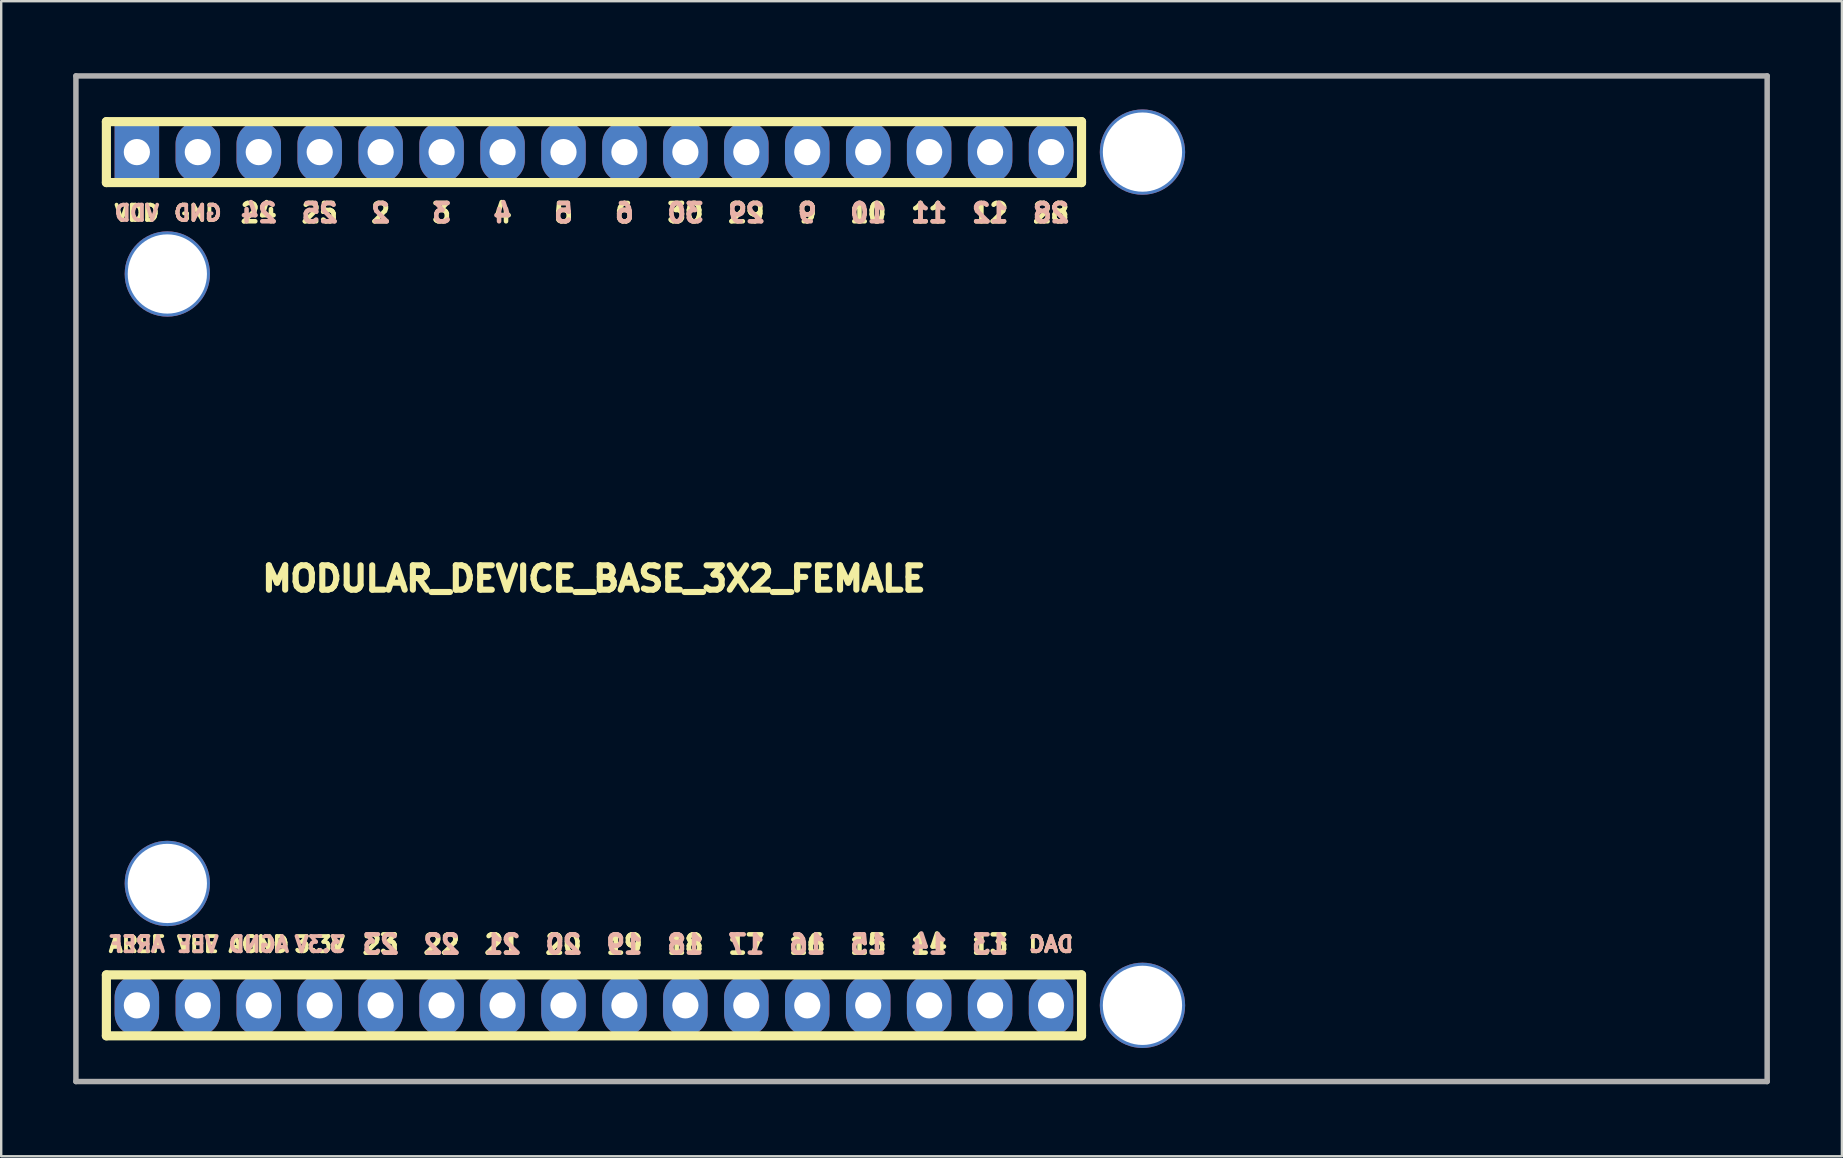
<source format=kicad_pcb>
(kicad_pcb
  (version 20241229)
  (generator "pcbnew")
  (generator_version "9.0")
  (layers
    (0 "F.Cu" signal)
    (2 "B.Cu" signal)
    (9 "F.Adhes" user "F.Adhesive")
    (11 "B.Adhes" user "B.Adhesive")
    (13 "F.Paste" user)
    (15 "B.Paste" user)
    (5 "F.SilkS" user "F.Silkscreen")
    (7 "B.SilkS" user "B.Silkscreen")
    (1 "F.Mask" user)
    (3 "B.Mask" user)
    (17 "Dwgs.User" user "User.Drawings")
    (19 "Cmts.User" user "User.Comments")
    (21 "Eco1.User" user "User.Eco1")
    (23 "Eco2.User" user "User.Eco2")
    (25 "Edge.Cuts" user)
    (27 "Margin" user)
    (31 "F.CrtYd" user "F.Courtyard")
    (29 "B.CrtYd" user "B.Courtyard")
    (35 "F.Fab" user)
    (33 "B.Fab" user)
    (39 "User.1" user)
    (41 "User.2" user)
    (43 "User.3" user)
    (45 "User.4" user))
  (footprint "MODULAR_DEVICE_BASE_3X2_FEMALE"
    (layer "F.Cu")
    (at 21.704 21.069)
    (property "Reference" "MODULAR_DEVICE_BASE_3X2_FEMALE" (at 0 0 0) (layer "F.SilkS") (effects (font (size 1.016 1.016) (thickness 0.254))))
    (attr through_hole)
    (fp_line (start -20.32 -19.05) (end -20.32 -16.51) (stroke (width 0.381) (type solid)) (layer "F.SilkS"))
    (fp_line (start -20.32 -16.51) (end 20.32 -16.51) (stroke (width 0.381) (type solid)) (layer "F.SilkS"))
    (fp_line (start -20.32 16.51) (end -20.32 19.05) (stroke (width 0.381) (type solid)) (layer "F.SilkS"))
    (fp_line (start -20.32 19.05) (end 20.32 19.05) (stroke (width 0.381) (type solid)) (layer "F.SilkS"))
    (fp_line (start 20.32 -19.05) (end -20.32 -19.05) (stroke (width 0.381) (type solid)) (layer "F.SilkS"))
    (fp_line (start 20.32 -16.51) (end 20.32 -19.05) (stroke (width 0.381) (type solid)) (layer "F.SilkS"))
    (fp_line (start 20.32 16.51) (end -20.32 16.51) (stroke (width 0.381) (type solid)) (layer "F.SilkS"))
    (fp_line (start 20.32 19.05) (end 20.32 16.51) (stroke (width 0.381) (type solid)) (layer "F.SilkS"))
    (fp_line (start -21.59 -20.955) (end -21.59 20.955) (stroke (width 0.229) (type solid)) (layer "F.Fab"))
    (fp_line (start -21.59 20.955) (end 48.895 20.955) (stroke (width 0.229) (type solid)) (layer "F.Fab"))
    (fp_line (start 48.895 -20.955) (end -21.59 -20.955) (stroke (width 0.229) (type solid)) (layer "F.Fab"))
    (fp_line (start 48.895 20.955) (end 48.895 -20.955) (stroke (width 0.229) (type solid)) (layer "F.Fab"))
    (fp_text user "2" (at -8.89 -15.24 0) (layer "F.SilkS") (effects (font (size 0.762 0.762) (thickness 0.191))))
    (fp_text user "20" (at -1.27 15.24 0) (layer "F.SilkS") (effects (font (size 0.762 0.762) (thickness 0.191))))
    (fp_text user "15" (at 11.43 15.24 0) (layer "F.SilkS") (effects (font (size 0.762 0.762) (thickness 0.191))))
    (fp_text user "11" (at 13.97 -15.24 0) (layer "F.SilkS") (effects (font (size 0.762 0.762) (thickness 0.191))))
    (fp_text user "17" (at 6.35 15.24 0) (layer "F.SilkS") (effects (font (size 0.762 0.762) (thickness 0.191))))
    (fp_text user "28" (at 19.05 -15.24 0) (layer "F.SilkS") (effects (font (size 0.762 0.762) (thickness 0.191))))
    (fp_text user "3.3V" (at -11.43 15.24 0) (layer "F.SilkS") (effects (font (size 0.635 0.635) (thickness 0.159))))
    (fp_text user "DAC" (at 19.05 15.24 0) (layer "F.SilkS") (effects (font (size 0.635 0.635) (thickness 0.159))))
    (fp_text user "4" (at -3.81 -15.24 0) (layer "F.SilkS") (effects (font (size 0.762 0.762) (thickness 0.191))))
    (fp_text user "VEE" (at -16.51 15.24 0) (layer "F.SilkS") (effects (font (size 0.635 0.635) (thickness 0.159))))
    (fp_text user "AGND" (at -13.97 15.24 0) (layer "F.SilkS") (effects (font (size 0.635 0.635) (thickness 0.159))))
    (fp_text user "3" (at -6.35 -15.24 0) (layer "F.SilkS") (effects (font (size 0.762 0.762) (thickness 0.191))))
    (fp_text user "AREF" (at -19.05 15.24 0) (layer "F.SilkS") (effects (font (size 0.635 0.635) (thickness 0.159))))
    (fp_text user "10" (at 11.43 -15.24 0) (layer "F.SilkS") (effects (font (size 0.762 0.762) (thickness 0.191))))
    (fp_text user "24" (at -13.97 -15.24 0) (layer "F.SilkS") (effects (font (size 0.762 0.762) (thickness 0.191))))
    (fp_text user "12" (at 16.51 -15.24 0) (layer "F.SilkS") (effects (font (size 0.762 0.762) (thickness 0.191))))
    (fp_text user "13" (at 16.51 15.24 0) (layer "F.SilkS") (effects (font (size 0.762 0.762) (thickness 0.191))))
    (fp_text user "18" (at 3.81 15.24 0) (layer "F.SilkS") (effects (font (size 0.762 0.762) (thickness 0.191))))
    (fp_text user "22" (at -6.35 15.24 0) (layer "F.SilkS") (effects (font (size 0.762 0.762) (thickness 0.191))))
    (fp_text user "14" (at 13.97 15.24 0) (layer "F.SilkS") (effects (font (size 0.762 0.762) (thickness 0.191))))
    (fp_text user "GND" (at -16.51 -15.24 0) (layer "F.SilkS") (effects (font (size 0.635 0.635) (thickness 0.159))))
    (fp_text user "5" (at -1.27 -15.24 0) (layer "F.SilkS") (effects (font (size 0.762 0.762) (thickness 0.191))))
    (fp_text user "16" (at 8.89 15.24 0) (layer "F.SilkS") (effects (font (size 0.762 0.762) (thickness 0.191))))
    (fp_text user "9" (at 8.89 -15.24 0) (layer "F.SilkS") (effects (font (size 0.762 0.762) (thickness 0.191))))
    (fp_text user "6" (at 1.27 -15.24 0) (layer "F.SilkS") (effects (font (size 0.762 0.762) (thickness 0.191))))
    (fp_text user "VDD" (at -19.05 -15.24 0) (layer "F.SilkS") (effects (font (size 0.635 0.635) (thickness 0.159))))
    (fp_text user "29" (at 6.35 -15.24 0) (layer "F.SilkS") (effects (font (size 0.762 0.762) (thickness 0.191))))
    (fp_text user "23" (at -8.89 15.24 0) (layer "F.SilkS") (effects (font (size 0.762 0.762) (thickness 0.191))))
    (fp_text user "25" (at -11.43 -15.24 0) (layer "F.SilkS") (effects (font (size 0.762 0.762) (thickness 0.191))))
    (fp_text user "19" (at 1.27 15.24 0) (layer "F.SilkS") (effects (font (size 0.762 0.762) (thickness 0.191))))
    (fp_text user "30" (at 3.81 -15.24 0) (layer "F.SilkS") (effects (font (size 0.762 0.762) (thickness 0.191))))
    (fp_text user "21" (at -3.81 15.24 0) (layer "F.SilkS") (effects (font (size 0.762 0.762) (thickness 0.191))))
    (fp_text user "VDD" (at -19.05 -15.24 0) (layer "B.SilkS") (effects (font (size 0.635 0.635) (thickness 0.159)) (justify mirror)))
    (fp_text user "17" (at 6.35 15.24 0) (layer "B.SilkS") (effects (font (size 0.762 0.762) (thickness 0.191)) (justify mirror)))
    (fp_text user "25" (at -11.43 -15.24 0) (layer "B.SilkS") (effects (font (size 0.762 0.762) (thickness 0.191)) (justify mirror)))
    (fp_text user "5" (at -1.27 -15.24 0) (layer "B.SilkS") (effects (font (size 0.762 0.762) (thickness 0.191)) (justify mirror)))
    (fp_text user "30" (at 3.81 -15.24 0) (layer "B.SilkS") (effects (font (size 0.762 0.762) (thickness 0.191)) (justify mirror)))
    (fp_text user "22" (at -6.35 15.24 0) (layer "B.SilkS") (effects (font (size 0.762 0.762) (thickness 0.191)) (justify mirror)))
    (fp_text user "2" (at -8.89 -15.24 0) (layer "B.SilkS") (effects (font (size 0.762 0.762) (thickness 0.191)) (justify mirror)))
    (fp_text user "15" (at 11.43 15.24 0) (layer "B.SilkS") (effects (font (size 0.762 0.762) (thickness 0.191)) (justify mirror)))
    (fp_text user "10" (at 11.43 -15.24 0) (layer "B.SilkS") (effects (font (size 0.762 0.762) (thickness 0.191)) (justify mirror)))
    (fp_text user "23" (at -8.89 15.24 0) (layer "B.SilkS") (effects (font (size 0.762 0.762) (thickness 0.191)) (justify mirror)))
    (fp_text user "20" (at -1.27 15.24 0) (layer "B.SilkS") (effects (font (size 0.762 0.762) (thickness 0.191)) (justify mirror)))
    (fp_text user "3" (at -6.35 -15.24 0) (layer "B.SilkS") (effects (font (size 0.762 0.762) (thickness 0.191)) (justify mirror)))
    (fp_text user "28" (at 19.05 -15.24 0) (layer "B.SilkS") (effects (font (size 0.762 0.762) (thickness 0.191)) (justify mirror)))
    (fp_text user "18" (at 3.81 15.24 0) (layer "B.SilkS") (effects (font (size 0.762 0.762) (thickness 0.191)) (justify mirror)))
    (fp_text user "19" (at 1.27 15.24 0) (layer "B.SilkS") (effects (font (size 0.762 0.762) (thickness 0.191)) (justify mirror)))
    (fp_text user "11" (at 13.97 -15.24 0) (layer "B.SilkS") (effects (font (size 0.762 0.762) (thickness 0.191)) (justify mirror)))
    (fp_text user "3.3V" (at -11.43 15.24 0) (layer "B.SilkS") (effects (font (size 0.635 0.635) (thickness 0.159)) (justify mirror)))
    (fp_text user "4" (at -3.81 -15.24 0) (layer "B.SilkS") (effects (font (size 0.762 0.762) (thickness 0.191)) (justify mirror)))
    (fp_text user "14" (at 13.97 15.24 0) (layer "B.SilkS") (effects (font (size 0.762 0.762) (thickness 0.191)) (justify mirror)))
    (fp_text user "21" (at -3.81 15.24 0) (layer "B.SilkS") (effects (font (size 0.762 0.762) (thickness 0.191)) (justify mirror)))
    (fp_text user "24" (at -13.97 -15.24 0) (layer "B.SilkS") (effects (font (size 0.762 0.762) (thickness 0.191)) (justify mirror)))
    (fp_text user "AREF" (at -19.05 15.24 0) (layer "B.SilkS") (effects (font (size 0.635 0.635) (thickness 0.159)) (justify mirror)))
    (fp_text user "DAC" (at 19.05 15.24 0) (layer "B.SilkS") (effects (font (size 0.635 0.635) (thickness 0.159)) (justify mirror)))
    (fp_text user "VEE" (at -16.51 15.24 0) (layer "B.SilkS") (effects (font (size 0.635 0.635) (thickness 0.159)) (justify mirror)))
    (fp_text user "13" (at 16.51 15.24 0) (layer "B.SilkS") (effects (font (size 0.762 0.762) (thickness 0.191)) (justify mirror)))
    (fp_text user "16" (at 8.89 15.24 0) (layer "B.SilkS") (effects (font (size 0.762 0.762) (thickness 0.191)) (justify mirror)))
    (fp_text user "12" (at 16.51 -15.24 0) (layer "B.SilkS") (effects (font (size 0.762 0.762) (thickness 0.191)) (justify mirror)))
    (fp_text user "GND" (at -16.51 -15.24 0) (layer "B.SilkS") (effects (font (size 0.635 0.635) (thickness 0.159)) (justify mirror)))
    (fp_text user "6" (at 1.27 -15.24 0) (layer "B.SilkS") (effects (font (size 0.762 0.762) (thickness 0.191)) (justify mirror)))
    (fp_text user "9" (at 8.89 -15.24 0) (layer "B.SilkS") (effects (font (size 0.762 0.762) (thickness 0.191)) (justify mirror)))
    (fp_text user "29" (at 6.35 -15.24 0) (layer "B.SilkS") (effects (font (size 0.762 0.762) (thickness 0.191)) (justify mirror)))
    (fp_text user "AGND" (at -13.97 15.24 0) (layer "B.SilkS") (effects (font (size 0.635 0.635) (thickness 0.159)) (justify mirror)))
    (pad "" thru_hole circle (at -17.78 -12.7) (size 3.556 3.556) (drill 3.302) (layers "*.Cu" "*.Mask"))
    (pad "" thru_hole circle (at -17.78 12.7) (size 3.556 3.556) (drill 3.302) (layers "*.Cu" "*.Mask"))
    (pad "" thru_hole circle (at 22.86 -17.78) (size 3.556 3.556) (drill 3.302) (layers "*.Cu" "*.Mask"))
    (pad "" thru_hole circle (at 22.86 17.78) (size 3.556 3.556) (drill 3.302) (layers "*.Cu" "*.Mask"))
    (pad "2" thru_hole oval (at -8.89 -17.78) (size 1.854 2.54) (drill 1.092) (layers "*.Cu" "*.Mask"))
    (pad "3" thru_hole oval (at -6.35 -17.78) (size 1.854 2.54) (drill 1.092) (layers "*.Cu" "*.Mask"))
    (pad "3V3" thru_hole oval (at -11.43 17.78) (size 1.854 2.54) (drill 1.092) (layers "*.Cu" "*.Mask"))
    (pad "4" thru_hole oval (at -3.81 -17.78) (size 1.854 2.54) (drill 1.092) (layers "*.Cu" "*.Mask"))
    (pad "5" thru_hole oval (at -1.27 -17.78) (size 1.854 2.54) (drill 1.092) (layers "*.Cu" "*.Mask"))
    (pad "6" thru_hole oval (at 1.27 -17.78) (size 1.854 2.54) (drill 1.092) (layers "*.Cu" "*.Mask"))
    (pad "9" thru_hole oval (at 8.89 -17.78) (size 1.854 2.54) (drill 1.092) (layers "*.Cu" "*.Mask"))
    (pad "10" thru_hole oval (at 11.43 -17.78) (size 1.854 2.54) (drill 1.092) (layers "*.Cu" "*.Mask"))
    (pad "11" thru_hole oval (at 13.97 -17.78) (size 1.854 2.54) (drill 1.092) (layers "*.Cu" "*.Mask"))
    (pad "12" thru_hole oval (at 16.51 -17.78) (size 1.854 2.54) (drill 1.092) (layers "*.Cu" "*.Mask"))
    (pad "13" thru_hole oval (at 16.51 17.78) (size 1.854 2.54) (drill 1.092) (layers "*.Cu" "*.Mask"))
    (pad "14" thru_hole oval (at 13.97 17.78) (size 1.854 2.54) (drill 1.092) (layers "*.Cu" "*.Mask"))
    (pad "15" thru_hole oval (at 11.43 17.78) (size 1.854 2.54) (drill 1.092) (layers "*.Cu" "*.Mask"))
    (pad "16" thru_hole oval (at 8.89 17.78) (size 1.854 2.54) (drill 1.092) (layers "*.Cu" "*.Mask"))
    (pad "17" thru_hole oval (at 6.35 17.78) (size 1.854 2.54) (drill 1.092) (layers "*.Cu" "*.Mask"))
    (pad "18" thru_hole oval (at 3.81 17.78) (size 1.854 2.54) (drill 1.092) (layers "*.Cu" "*.Mask"))
    (pad "19" thru_hole oval (at 1.27 17.78) (size 1.854 2.54) (drill 1.092) (layers "*.Cu" "*.Mask"))
    (pad "20" thru_hole oval (at -1.27 17.78) (size 1.854 2.54) (drill 1.092) (layers "*.Cu" "*.Mask"))
    (pad "21" thru_hole oval (at -3.81 17.78) (size 1.854 2.54) (drill 1.092) (layers "*.Cu" "*.Mask"))
    (pad "22" thru_hole oval (at -6.35 17.78) (size 1.854 2.54) (drill 1.092) (layers "*.Cu" "*.Mask"))
    (pad "23" thru_hole oval (at -8.89 17.78) (size 1.854 2.54) (drill 1.092) (layers "*.Cu" "*.Mask"))
    (pad "24" thru_hole oval (at -13.97 -17.78) (size 1.854 2.54) (drill 1.092) (layers "*.Cu" "*.Mask"))
    (pad "25" thru_hole oval (at -11.43 -17.78) (size 1.854 2.54) (drill 1.092) (layers "*.Cu" "*.Mask"))
    (pad "28" thru_hole oval (at 19.05 -17.78) (size 1.854 2.54) (drill 1.092) (layers "*.Cu" "*.Mask"))
    (pad "29" thru_hole oval (at 6.35 -17.78) (size 1.854 2.54) (drill 1.092) (layers "*.Cu" "*.Mask"))
    (pad "30" thru_hole oval (at 3.81 -17.78) (size 1.854 2.54) (drill 1.092) (layers "*.Cu" "*.Mask"))
    (pad "AGND" thru_hole oval (at -13.97 17.78) (size 1.854 2.54) (drill 1.092) (layers "*.Cu" "*.Mask"))
    (pad "AREF" thru_hole oval (at -19.05 17.78) (size 1.854 2.54) (drill 1.092) (layers "*.Cu" "*.Mask"))
    (pad "DAC" thru_hole oval (at 19.05 17.78) (size 1.854 2.54) (drill 1.092) (layers "*.Cu" "*.Mask"))
    (pad "GND" thru_hole oval (at -16.51 -17.78) (size 1.854 2.54) (drill 1.092) (layers "*.Cu" "*.Mask"))
    (pad "VDD" thru_hole rect (at -19.05 -17.78) (size 1.854 2.54) (drill 1.092) (layers "*.Cu" "*.Mask"))
    (pad "VEE" thru_hole oval (at -16.51 17.78) (size 1.854 2.54) (drill 1.092) (layers "*.Cu" "*.Mask")))
  (gr_rect
    (start -3 -3)
    (end 73.714 45.139)
    (stroke (width 0.1) (type default))
    (fill no)
    (layer "Edge.Cuts")))
</source>
